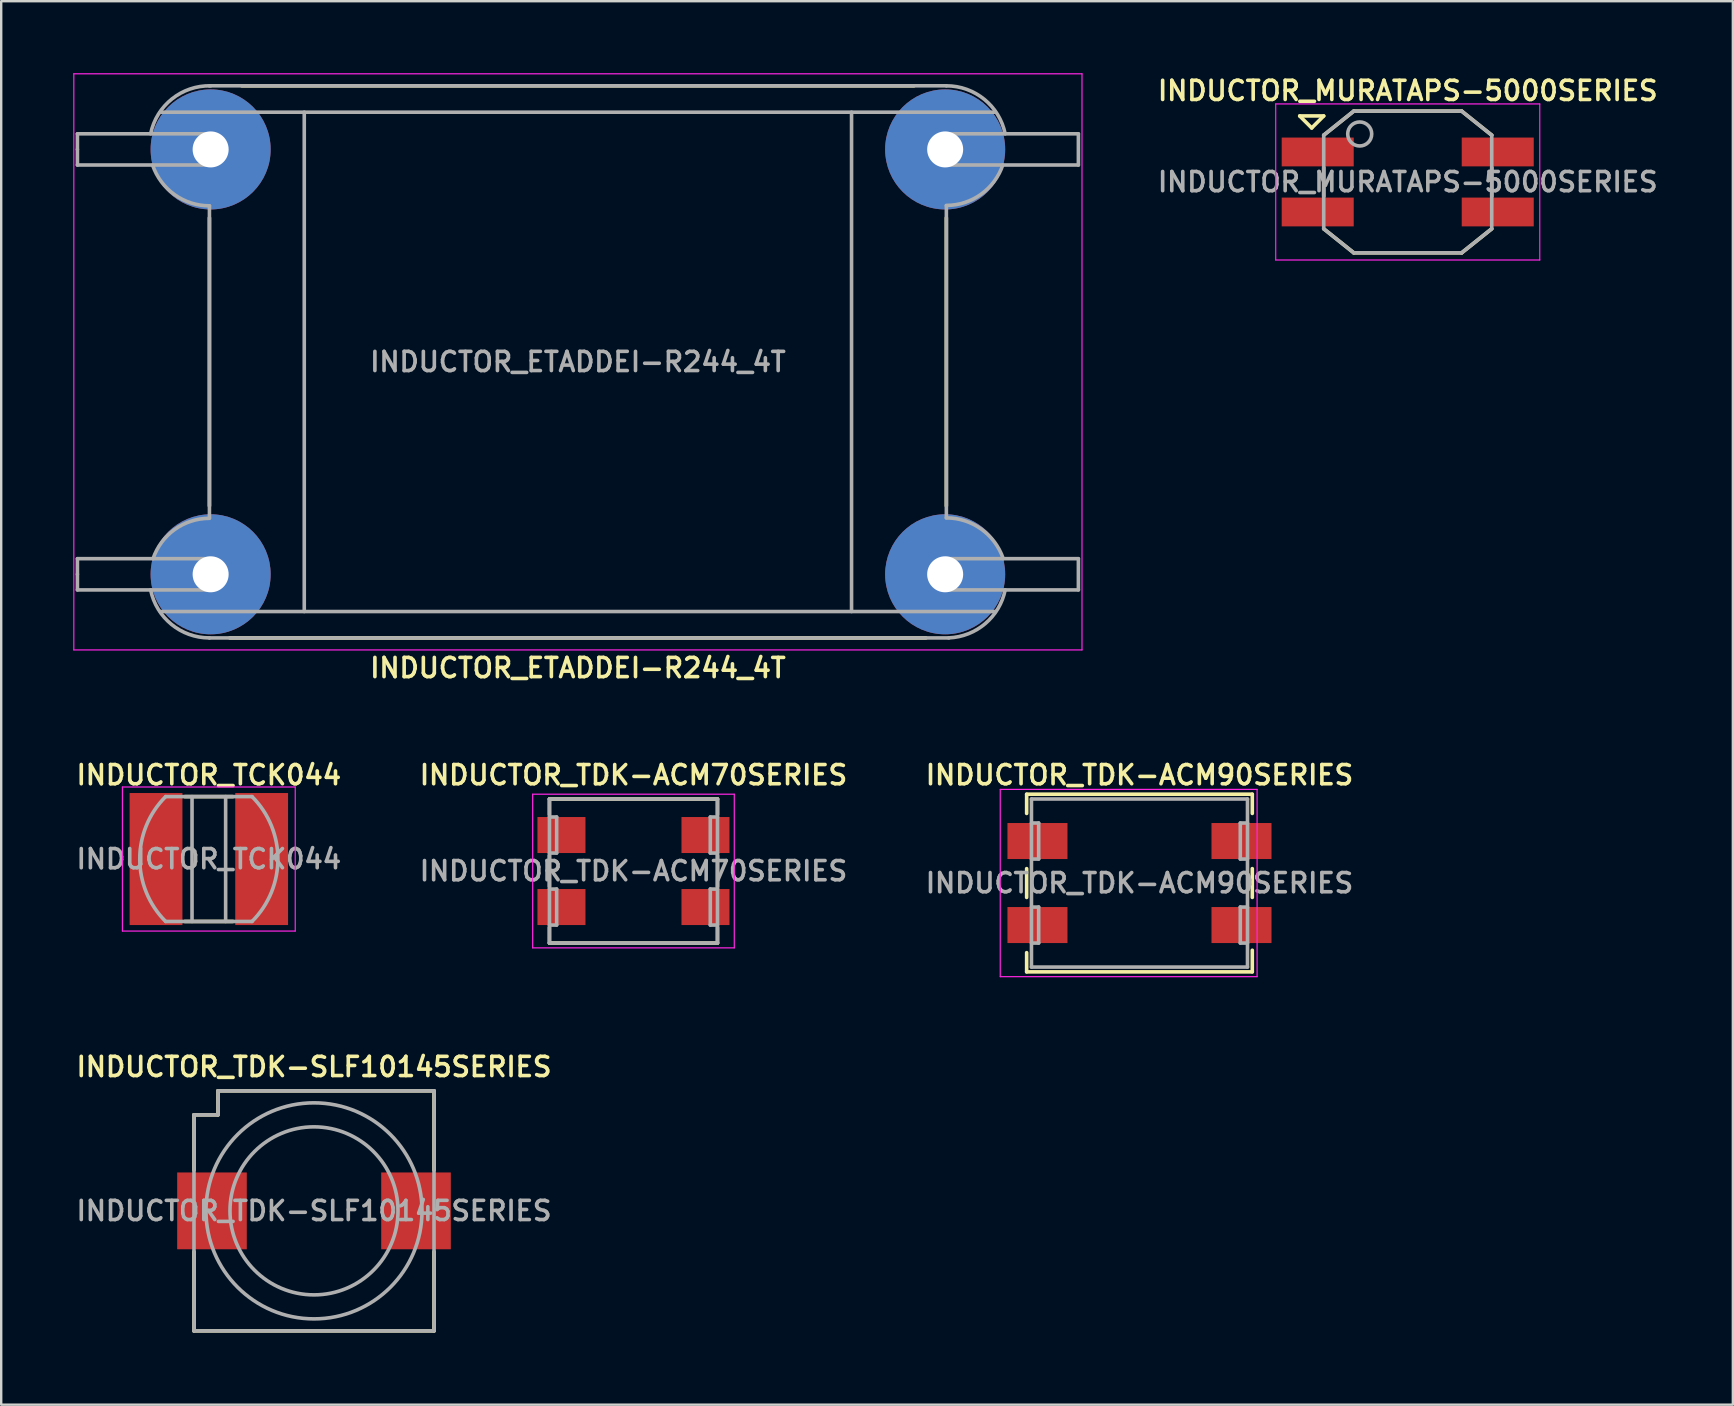
<source format=kicad_pcb>
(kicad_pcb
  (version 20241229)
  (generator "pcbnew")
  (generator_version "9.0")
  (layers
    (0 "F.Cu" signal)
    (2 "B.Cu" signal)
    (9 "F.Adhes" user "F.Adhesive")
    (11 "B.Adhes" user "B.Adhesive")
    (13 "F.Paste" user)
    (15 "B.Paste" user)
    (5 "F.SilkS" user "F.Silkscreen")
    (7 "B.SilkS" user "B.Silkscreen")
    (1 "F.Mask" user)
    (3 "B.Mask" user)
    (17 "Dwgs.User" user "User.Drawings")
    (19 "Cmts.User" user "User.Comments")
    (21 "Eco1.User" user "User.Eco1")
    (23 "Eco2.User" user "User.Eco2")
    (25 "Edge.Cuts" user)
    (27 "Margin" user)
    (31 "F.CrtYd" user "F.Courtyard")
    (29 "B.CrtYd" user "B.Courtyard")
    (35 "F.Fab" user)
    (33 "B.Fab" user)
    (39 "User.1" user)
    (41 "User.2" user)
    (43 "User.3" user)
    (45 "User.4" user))
  (footprint "INDUCTOR_TDK-SLF10145SERIES"
    (layer "F.Cu")
    (at 10.031 47.394)
    (property "Reference" "INDUCTOR_TDK-SLF10145SERIES" (at 0 -6 0) (layer "F.SilkS") (effects (font (size 0.8 0.8) (thickness 0.15))))
    (attr smd)
    (fp_line (start -5 -4) (end -4 -4) (stroke (width 0.15) (type solid)) (layer "F.SilkS"))
    (fp_line (start -5 -1.7) (end -5 -4) (stroke (width 0.15) (type solid)) (layer "F.SilkS"))
    (fp_line (start -5 5) (end -5 1.7) (stroke (width 0.15) (type solid)) (layer "F.SilkS"))
    (fp_line (start -4 -5) (end 5 -5) (stroke (width 0.15) (type solid)) (layer "F.SilkS"))
    (fp_line (start -4 -4) (end -4 -5) (stroke (width 0.15) (type solid)) (layer "F.SilkS"))
    (fp_line (start 5 -5) (end 5 -1.7) (stroke (width 0.15) (type solid)) (layer "F.SilkS"))
    (fp_line (start 5 1.7) (end 5 5) (stroke (width 0.15) (type solid)) (layer "F.SilkS"))
    (fp_line (start 5 5) (end -5 5) (stroke (width 0.15) (type solid)) (layer "F.SilkS"))
    (fp_line (start -5 -4) (end -4 -4) (stroke (width 0.15) (type solid)) (layer "F.Fab"))
    (fp_line (start -5 5) (end -5 -4) (stroke (width 0.15) (type solid)) (layer "F.Fab"))
    (fp_line (start -4 -5) (end 5 -5) (stroke (width 0.15) (type solid)) (layer "F.Fab"))
    (fp_line (start -4 -4) (end -4 -5) (stroke (width 0.15) (type solid)) (layer "F.Fab"))
    (fp_line (start 5 -5) (end 5 5) (stroke (width 0.15) (type solid)) (layer "F.Fab"))
    (fp_line (start 5 5) (end -5 5) (stroke (width 0.15) (type solid)) (layer "F.Fab"))
    (fp_circle (center 0 0) (end -4.5 0) (stroke (width 0.15) (type solid)) (fill no) (layer "F.Fab"))
    (fp_circle (center 0 0) (end 3.5 0) (stroke (width 0.15) (type solid)) (fill no) (layer "F.Fab"))
    (fp_text user "${REFERENCE}" (at 0 0 0) (layer "F.Fab") (effects (font (size 0.8 0.8) (thickness 0.15))))
    (pad "1" smd rect (at -4.25 0) (size 2.9 3.2) (layers "F.Cu" "F.Mask" "F.Paste"))
    (pad "2" smd rect (at 4.25 0) (size 2.9 3.2) (layers "F.Cu" "F.Mask" "F.Paste")))
  (footprint "INDUCTOR_TDK-ACM90SERIES"
    (layer "F.Cu")
    (at 44.42 33.737)
    (property "Reference" "INDUCTOR_TDK-ACM90SERIES" (at 0 -4.5 0) (layer "F.SilkS") (effects (font (size 0.8 0.8) (thickness 0.15))))
    (attr smd)
    (fp_line (start -4.7 -3.7) (end 4.7 -3.7) (stroke (width 0.15) (type solid)) (layer "F.SilkS"))
    (fp_line (start -4.7 -2.9) (end -4.7 -3.7) (stroke (width 0.15) (type solid)) (layer "F.SilkS"))
    (fp_line (start -4.7 -0.6) (end -4.7 0.6) (stroke (width 0.15) (type solid)) (layer "F.SilkS"))
    (fp_line (start -4.7 2.9) (end -4.7 3.7) (stroke (width 0.15) (type solid)) (layer "F.SilkS"))
    (fp_line (start -4.7 3.7) (end 4.7 3.7) (stroke (width 0.15) (type solid)) (layer "F.SilkS"))
    (fp_line (start 4.7 -3.7) (end 4.7 -2.9) (stroke (width 0.15) (type solid)) (layer "F.SilkS"))
    (fp_line (start 4.7 -0.6) (end 4.7 0.6) (stroke (width 0.15) (type solid)) (layer "F.SilkS"))
    (fp_line (start 4.7 3.7) (end 4.7 2.8) (stroke (width 0.15) (type solid)) (layer "F.SilkS"))
    (fp_line (start -5.8 -3.9) (end 4.9 -3.9) (stroke (width 0.05) (type solid)) (layer "F.CrtYd"))
    (fp_line (start -5.8 3.9) (end -5.8 -3.9) (stroke (width 0.05) (type solid)) (layer "F.CrtYd"))
    (fp_line (start 4.9 -3.9) (end 4.9 3.9) (stroke (width 0.05) (type solid)) (layer "F.CrtYd"))
    (fp_line (start 4.9 3.9) (end -5.8 3.9) (stroke (width 0.05) (type solid)) (layer "F.CrtYd"))
    (fp_line (start -4.5 -3.5) (end -4.5 3.5) (stroke (width 0.15) (type solid)) (layer "F.Fab"))
    (fp_line (start -4.5 -2.5) (end -4.2 -2.5) (stroke (width 0.15) (type solid)) (layer "F.Fab"))
    (fp_line (start -4.5 1) (end -4.2 1) (stroke (width 0.15) (type solid)) (layer "F.Fab"))
    (fp_line (start -4.5 3.5) (end 4.5 3.5) (stroke (width 0.15) (type solid)) (layer "F.Fab"))
    (fp_line (start -4.2 -2.5) (end -4.2 -1) (stroke (width 0.15) (type solid)) (layer "F.Fab"))
    (fp_line (start -4.2 -1) (end -4.5 -1) (stroke (width 0.15) (type solid)) (layer "F.Fab"))
    (fp_line (start -4.2 1) (end -4.2 2.5) (stroke (width 0.15) (type solid)) (layer "F.Fab"))
    (fp_line (start -4.2 2.5) (end -4.5 2.5) (stroke (width 0.15) (type solid)) (layer "F.Fab"))
    (fp_line (start 4.2 -2.5) (end 4.2 -1) (stroke (width 0.15) (type solid)) (layer "F.Fab"))
    (fp_line (start 4.2 -1) (end 4.5 -1) (stroke (width 0.15) (type solid)) (layer "F.Fab"))
    (fp_line (start 4.2 1) (end 4.2 2.5) (stroke (width 0.15) (type solid)) (layer "F.Fab"))
    (fp_line (start 4.2 2.5) (end 4.5 2.5) (stroke (width 0.15) (type solid)) (layer "F.Fab"))
    (fp_line (start 4.5 -3.5) (end -4.5 -3.5) (stroke (width 0.15) (type solid)) (layer "F.Fab"))
    (fp_line (start 4.5 -2.5) (end 4.2 -2.5) (stroke (width 0.15) (type solid)) (layer "F.Fab"))
    (fp_line (start 4.5 1) (end 4.2 1) (stroke (width 0.15) (type solid)) (layer "F.Fab"))
    (fp_line (start 4.5 3.5) (end 4.5 -3.5) (stroke (width 0.15) (type solid)) (layer "F.Fab"))
    (fp_text user "${REFERENCE}" (at 0 0 0) (layer "F.Fab") (effects (font (size 0.8 0.8) (thickness 0.15))))
    (pad "1" smd rect (at -4.25 -1.75) (size 2.5 1.5) (layers "F.Cu" "F.Mask" "F.Paste"))
    (pad "2" smd rect (at -4.25 1.75) (size 2.5 1.5) (layers "F.Cu" "F.Mask" "F.Paste"))
    (pad "3" smd rect (at 4.25 1.75) (size 2.5 1.5) (layers "F.Cu" "F.Mask" "F.Paste"))
    (pad "4" smd rect (at 4.25 -1.75) (size 2.5 1.5) (layers "F.Cu" "F.Mask" "F.Paste")))
  (footprint "INDUCTOR_TCK044"
    (layer "F.Cu")
    (at 5.65 32.737)
    (property "Reference" "INDUCTOR_TCK044" (at 0 -3.5 0) (layer "F.SilkS") (effects (font (size 0.8 0.8) (thickness 0.15))))
    (attr through_hole)
    (fp_line (start -1 -2.6) (end 1 -2.6) (stroke (width 0.15) (type solid)) (layer "F.SilkS"))
    (fp_line (start -1 2.6) (end 1 2.6) (stroke (width 0.15) (type solid)) (layer "F.SilkS"))
    (fp_line (start -3.6 -3) (end 3.6 -3) (stroke (width 0.05) (type solid)) (layer "F.CrtYd"))
    (fp_line (start -3.6 3) (end -3.6 -3) (stroke (width 0.05) (type solid)) (layer "F.CrtYd"))
    (fp_line (start 3.6 -3) (end 3.6 3) (stroke (width 0.05) (type solid)) (layer "F.CrtYd"))
    (fp_line (start 3.6 3) (end -3.6 3) (stroke (width 0.05) (type solid)) (layer "F.CrtYd"))
    (fp_line (start -1.8 -2.6) (end 1.8 -2.6) (stroke (width 0.15) (type solid)) (layer "F.Fab"))
    (fp_line (start -1.8 2.6) (end 1.8 2.6) (stroke (width 0.15) (type solid)) (layer "F.Fab"))
    (fp_line (start -0.7 -2.6) (end -0.7 2.6) (stroke (width 0.15) (type solid)) (layer "F.Fab"))
    (fp_line (start 0.7 2.6) (end 0.7 -2.6) (stroke (width 0.15) (type solid)) (layer "F.Fab"))
    (fp_arc (start -1.8 2.6) (mid -2.876955 0) (end -1.8 -2.6) (stroke (width 0.15) (type solid)) (layer "F.Fab"))
    (fp_arc (start 1.8 -2.6) (mid 2.876955 0) (end 1.8 2.6) (stroke (width 0.15) (type solid)) (layer "F.Fab"))
    (fp_text user "${REFERENCE}" (at 0 0 0) (layer "F.Fab") (effects (font (size 0.8 0.8) (thickness 0.15))))
    (pad "1" smd rect (at -2.2 0) (size 2.2 5.5) (layers "F.Cu" "F.Mask" "F.Paste"))
    (pad "2" smd rect (at 2.2 0) (size 2.2 5.5) (layers "F.Cu" "F.Mask" "F.Paste")))
  (footprint "INDUCTOR_ETADDEI-R244_4T"
    (layer "F.Cu")
    (at 21.025 12.025)
    (property "Reference" "INDUCTOR_ETADDEI-R244_4T" (at 0 12.75 0) (layer "F.SilkS") (effects (font (size 0.8 0.8) (thickness 0.15))))
    (attr through_hole)
    (fp_line (start -15.35 6) (end -15.35 -6) (stroke (width 0.15) (type solid)) (layer "F.SilkS"))
    (fp_line (start -14 -11.5) (end 14 -11.5) (stroke (width 0.15) (type solid)) (layer "F.SilkS"))
    (fp_line (start 14.5 11.5) (end -14.5 11.5) (stroke (width 0.15) (type solid)) (layer "F.SilkS"))
    (fp_line (start 15.35 -6) (end 15.35 6) (stroke (width 0.15) (type solid)) (layer "F.SilkS"))
    (fp_line (start -21 -12) (end 21 -12) (stroke (width 0.05) (type solid)) (layer "F.CrtYd"))
    (fp_line (start -21 12) (end -21 -12) (stroke (width 0.05) (type solid)) (layer "F.CrtYd"))
    (fp_line (start 21 -12) (end 21 12) (stroke (width 0.05) (type solid)) (layer "F.CrtYd"))
    (fp_line (start 21 12) (end -21 12) (stroke (width 0.05) (type solid)) (layer "F.CrtYd"))
    (fp_line (start -20.85 -9.5) (end -15.3 -9.5) (stroke (width 0.15) (type solid)) (layer "F.Fab"))
    (fp_line (start -20.85 -8.85) (end -20.85 -9.5) (stroke (width 0.15) (type solid)) (layer "F.Fab"))
    (fp_line (start -20.85 -8.2) (end -20.85 -8.85) (stroke (width 0.15) (type solid)) (layer "F.Fab"))
    (fp_line (start -20.85 8.2) (end -15.3 8.2) (stroke (width 0.15) (type solid)) (layer "F.Fab"))
    (fp_line (start -20.85 8.85) (end -20.85 8.2) (stroke (width 0.15) (type solid)) (layer "F.Fab"))
    (fp_line (start -20.85 9.5) (end -20.85 8.85) (stroke (width 0.15) (type solid)) (layer "F.Fab"))
    (fp_line (start -15.35 -11.5) (end 15.35 -11.5) (stroke (width 0.15) (type solid)) (layer "F.Fab"))
    (fp_line (start -15.35 -6.5) (end -15.35 6.5) (stroke (width 0.15) (type solid)) (layer "F.Fab"))
    (fp_line (start -15.35 11.5) (end 15.45 11.5) (stroke (width 0.15) (type solid)) (layer "F.Fab"))
    (fp_line (start -15.3 -9.5) (end -15.3 -8.2) (stroke (width 0.15) (type solid)) (layer "F.Fab"))
    (fp_line (start -15.3 -8.2) (end -20.85 -8.2) (stroke (width 0.15) (type solid)) (layer "F.Fab"))
    (fp_line (start -15.3 8.2) (end -15.3 9.5) (stroke (width 0.15) (type solid)) (layer "F.Fab"))
    (fp_line (start -15.3 9.5) (end -20.85 9.5) (stroke (width 0.15) (type solid)) (layer "F.Fab"))
    (fp_line (start -11.4 -10.4) (end -11.4 10.4) (stroke (width 0.15) (type solid)) (layer "F.Fab"))
    (fp_line (start 11.4 -10.4) (end 11.4 10.4) (stroke (width 0.15) (type solid)) (layer "F.Fab"))
    (fp_line (start 15.3 -9.5) (end 20.85 -9.5) (stroke (width 0.15) (type solid)) (layer "F.Fab"))
    (fp_line (start 15.3 -8.85) (end 15.3 -9.5) (stroke (width 0.15) (type solid)) (layer "F.Fab"))
    (fp_line (start 15.3 -8.2) (end 15.3 -8.85) (stroke (width 0.15) (type solid)) (layer "F.Fab"))
    (fp_line (start 15.3 8.2) (end 20.85 8.2) (stroke (width 0.15) (type solid)) (layer "F.Fab"))
    (fp_line (start 15.3 8.85) (end 15.3 8.2) (stroke (width 0.15) (type solid)) (layer "F.Fab"))
    (fp_line (start 15.3 9.5) (end 15.3 8.85) (stroke (width 0.15) (type solid)) (layer "F.Fab"))
    (fp_line (start 15.35 6.5) (end 15.35 -6.5) (stroke (width 0.15) (type solid)) (layer "F.Fab"))
    (fp_line (start 17.4 -10.4) (end -17.4 -10.4) (stroke (width 0.15) (type solid)) (layer "F.Fab"))
    (fp_line (start 17.4 10.4) (end -17.4 10.4) (stroke (width 0.15) (type solid)) (layer "F.Fab"))
    (fp_line (start 20.85 -9.5) (end 20.85 -8.2) (stroke (width 0.15) (type solid)) (layer "F.Fab"))
    (fp_line (start 20.85 -8.2) (end 15.3 -8.2) (stroke (width 0.15) (type solid)) (layer "F.Fab"))
    (fp_line (start 20.85 8.2) (end 20.85 9.5) (stroke (width 0.15) (type solid)) (layer "F.Fab"))
    (fp_line (start 20.85 9.5) (end 15.3 9.5) (stroke (width 0.15) (type solid)) (layer "F.Fab"))
    (fp_arc (start -17.8 -9.5) (mid -16.91205 -10.952562) (end -15.3 -11.5) (stroke (width 0.15) (type solid)) (layer "F.Fab"))
    (fp_arc (start -17.7 8.2) (mid -16.795086 6.981529) (end -15.35 6.517562) (stroke (width 0.15) (type solid)) (layer "F.Fab"))
    (fp_arc (start -15.35 -6.5) (mid -16.80531 -6.96725) (end -17.716625 -8.194341) (stroke (width 0.15) (type solid)) (layer "F.Fab"))
    (fp_arc (start -15.35 11.5) (mid -16.931178 10.936459) (end -17.79951 9.4999) (stroke (width 0.15) (type solid)) (layer "F.Fab"))
    (fp_arc (start 15.35 -11.5) (mid 16.931178 -10.936459) (end 17.79951 -9.4999) (stroke (width 0.15) (type solid)) (layer "F.Fab"))
    (fp_arc (start 15.35 6.5) (mid 16.80531 6.96725) (end 17.716625 8.194341) (stroke (width 0.15) (type solid)) (layer "F.Fab"))
    (fp_arc (start 17.7 -8.2) (mid 16.795086 -6.981529) (end 15.35 -6.517562) (stroke (width 0.15) (type solid)) (layer "F.Fab"))
    (fp_arc (start 17.8 9.5) (mid 16.969892 10.904849) (end 15.44994 11.498502) (stroke (width 0.15) (type solid)) (layer "F.Fab"))
    (fp_text user "${REFERENCE}" (at 0 0 0) (layer "F.Fab") (effects (font (size 0.8 0.8) (thickness 0.15))))
    (pad "1" thru_hole circle (at -15.3 -8.85) (size 5 5) (drill 1.5) (layers "*.Cu" "*.Mask"))
    (pad "1" thru_hole circle (at -15.3 8.85) (size 5 5) (drill 1.5) (layers "*.Cu" "*.Mask"))
    (pad "2" thru_hole circle (at 15.3 -8.85) (size 5 5) (drill 1.5) (layers "*.Cu" "*.Mask"))
    (pad "2" thru_hole circle (at 15.3 8.85) (size 5 5) (drill 1.5) (layers "*.Cu" "*.Mask")))
  (footprint "INDUCTOR_MURATAPS-5000SERIES"
    (layer "F.Cu")
    (at 55.595 4.531)
    (property "Reference" "INDUCTOR_MURATAPS-5000SERIES" (at 0 -3.8 0) (layer "F.SilkS") (effects (font (size 0.8 0.8) (thickness 0.15))))
    (attr smd)
    (fp_line (start -4.5 -2.75) (end -3.5 -2.75) (stroke (width 0.15) (type solid)) (layer "F.SilkS"))
    (fp_line (start -4 -2.25) (end -4.5 -2.75) (stroke (width 0.15) (type solid)) (layer "F.SilkS"))
    (fp_line (start -3.5 -2.75) (end -4 -2.25) (stroke (width 0.15) (type solid)) (layer "F.SilkS"))
    (fp_line (start -3.5 -1.95) (end -2.25 -2.95) (stroke (width 0.15) (type solid)) (layer "F.SilkS"))
    (fp_line (start -3.5 -0.6) (end -3.5 0.6) (stroke (width 0.15) (type solid)) (layer "F.SilkS"))
    (fp_line (start -3.5 1.95) (end -2.25 2.95) (stroke (width 0.15) (type solid)) (layer "F.SilkS"))
    (fp_line (start -2.25 -2.95) (end 2.25 -2.95) (stroke (width 0.15) (type solid)) (layer "F.SilkS"))
    (fp_line (start -2.25 2.95) (end 2.25 2.95) (stroke (width 0.15) (type solid)) (layer "F.SilkS"))
    (fp_line (start 2.25 -2.95) (end 3.5 -1.95) (stroke (width 0.15) (type solid)) (layer "F.SilkS"))
    (fp_line (start 2.25 2.95) (end 3.5 1.95) (stroke (width 0.15) (type solid)) (layer "F.SilkS"))
    (fp_line (start 3.5 -0.6) (end 3.5 0.6) (stroke (width 0.15) (type solid)) (layer "F.SilkS"))
    (fp_line (start -5.5 -3.25) (end 5.5 -3.25) (stroke (width 0.05) (type solid)) (layer "F.CrtYd"))
    (fp_line (start -5.5 3.25) (end -5.5 -3.25) (stroke (width 0.05) (type solid)) (layer "F.CrtYd"))
    (fp_line (start 5.5 -3.25) (end 5.5 3.25) (stroke (width 0.05) (type solid)) (layer "F.CrtYd"))
    (fp_line (start 5.5 3.25) (end -5.5 3.25) (stroke (width 0.05) (type solid)) (layer "F.CrtYd"))
    (fp_line (start -3.5 -1.95) (end -3.5 1.95) (stroke (width 0.15) (type solid)) (layer "F.Fab"))
    (fp_line (start -3.5 -1.95) (end -2.25 -2.95) (stroke (width 0.15) (type solid)) (layer "F.Fab"))
    (fp_line (start -3.5 1.95) (end -2.25 2.95) (stroke (width 0.15) (type solid)) (layer "F.Fab"))
    (fp_line (start -2.25 2.95) (end 2.25 2.95) (stroke (width 0.15) (type solid)) (layer "F.Fab"))
    (fp_line (start 2.25 -2.95) (end -2.25 -2.95) (stroke (width 0.15) (type solid)) (layer "F.Fab"))
    (fp_line (start 2.25 -2.95) (end 3.5 -1.95) (stroke (width 0.15) (type solid)) (layer "F.Fab"))
    (fp_line (start 3.5 1.95) (end 2.25 2.95) (stroke (width 0.15) (type solid)) (layer "F.Fab"))
    (fp_line (start 3.5 1.95) (end 3.5 -1.95) (stroke (width 0.15) (type solid)) (layer "F.Fab"))
    (fp_circle (center -2 -2) (end -1.5 -2) (stroke (width 0.15) (type solid)) (fill no) (layer "F.Fab"))
    (fp_text user "${REFERENCE}" (at 0 0 0) (layer "F.Fab") (effects (font (size 0.8 0.8) (thickness 0.15))))
    (pad "1" smd rect (at -3.75 -1.25) (size 3 1.2) (layers "F.Cu" "F.Mask" "F.Paste"))
    (pad "2" smd rect (at -3.75 1.25) (size 3 1.2) (layers "F.Cu" "F.Mask" "F.Paste"))
    (pad "3" smd rect (at 3.75 1.25) (size 3 1.2) (layers "F.Cu" "F.Mask" "F.Paste"))
    (pad "4" smd rect (at 3.75 -1.25) (size 3 1.2) (layers "F.Cu" "F.Mask" "F.Paste")))
  (footprint "INDUCTOR_TDK-ACM70SERIES"
    (layer "F.Cu")
    (at 23.34 33.237)
    (property "Reference" "INDUCTOR_TDK-ACM70SERIES" (at 0 -4 0) (layer "F.SilkS") (effects (font (size 0.8 0.8) (thickness 0.15))))
    (attr smd)
    (fp_line (start -3.5 -3) (end 3.5 -3) (stroke (width 0.15) (type solid)) (layer "F.SilkS"))
    (fp_line (start -3.5 -2.35) (end -3.5 -3) (stroke (width 0.15) (type solid)) (layer "F.SilkS"))
    (fp_line (start -3.5 -0.65) (end -3.5 0.65) (stroke (width 0.15) (type solid)) (layer "F.SilkS"))
    (fp_line (start -3.5 2.35) (end -3.5 3) (stroke (width 0.15) (type solid)) (layer "F.SilkS"))
    (fp_line (start -3.5 3) (end 3.5 3) (stroke (width 0.15) (type solid)) (layer "F.SilkS"))
    (fp_line (start 3.5 -3) (end 3.5 -2.35) (stroke (width 0.15) (type solid)) (layer "F.SilkS"))
    (fp_line (start 3.5 -0.65) (end 3.5 0.65) (stroke (width 0.15) (type solid)) (layer "F.SilkS"))
    (fp_line (start 3.5 3) (end 3.5 2.35) (stroke (width 0.15) (type solid)) (layer "F.SilkS"))
    (fp_line (start -4.2 -3.2) (end 4.2 -3.2) (stroke (width 0.05) (type solid)) (layer "F.CrtYd"))
    (fp_line (start -4.2 3.2) (end -4.2 -3.2) (stroke (width 0.05) (type solid)) (layer "F.CrtYd"))
    (fp_line (start 4.2 -3.2) (end 4.2 3.2) (stroke (width 0.05) (type solid)) (layer "F.CrtYd"))
    (fp_line (start 4.2 3.2) (end -4.2 3.2) (stroke (width 0.05) (type solid)) (layer "F.CrtYd"))
    (fp_line (start -3.5 -3) (end -3.5 3) (stroke (width 0.15) (type solid)) (layer "F.Fab"))
    (fp_line (start -3.5 -2.25) (end -3.2 -2.25) (stroke (width 0.15) (type solid)) (layer "F.Fab"))
    (fp_line (start -3.5 0.75) (end -3.2 0.75) (stroke (width 0.15) (type solid)) (layer "F.Fab"))
    (fp_line (start -3.5 3) (end 3.5 3) (stroke (width 0.15) (type solid)) (layer "F.Fab"))
    (fp_line (start -3.2 -2.25) (end -3.2 -0.75) (stroke (width 0.15) (type solid)) (layer "F.Fab"))
    (fp_line (start -3.2 -0.75) (end -3.5 -0.75) (stroke (width 0.15) (type solid)) (layer "F.Fab"))
    (fp_line (start -3.2 0.75) (end -3.2 2.25) (stroke (width 0.15) (type solid)) (layer "F.Fab"))
    (fp_line (start -3.2 2.25) (end -3.5 2.25) (stroke (width 0.15) (type solid)) (layer "F.Fab"))
    (fp_line (start 3.2 -2.25) (end 3.2 -0.75) (stroke (width 0.15) (type solid)) (layer "F.Fab"))
    (fp_line (start 3.2 -0.75) (end 3.5 -0.75) (stroke (width 0.15) (type solid)) (layer "F.Fab"))
    (fp_line (start 3.2 0.75) (end 3.2 2.25) (stroke (width 0.15) (type solid)) (layer "F.Fab"))
    (fp_line (start 3.2 2.25) (end 3.5 2.25) (stroke (width 0.15) (type solid)) (layer "F.Fab"))
    (fp_line (start 3.5 -3) (end -3.5 -3) (stroke (width 0.15) (type solid)) (layer "F.Fab"))
    (fp_line (start 3.5 -2.25) (end 3.2 -2.25) (stroke (width 0.15) (type solid)) (layer "F.Fab"))
    (fp_line (start 3.5 0.75) (end 3.2 0.75) (stroke (width 0.15) (type solid)) (layer "F.Fab"))
    (fp_line (start 3.5 3) (end 3.5 -3) (stroke (width 0.15) (type solid)) (layer "F.Fab"))
    (fp_text user "${REFERENCE}" (at 0 0 0) (layer "F.Fab") (effects (font (size 0.8 0.8) (thickness 0.15))))
    (pad "1" smd rect (at -3 -1.5) (size 2 1.5) (layers "F.Cu" "F.Mask" "F.Paste"))
    (pad "2" smd rect (at -3 1.5) (size 2 1.5) (layers "F.Cu" "F.Mask" "F.Paste"))
    (pad "3" smd rect (at 3 1.5) (size 2 1.5) (layers "F.Cu" "F.Mask" "F.Paste"))
    (pad "4" smd rect (at 3 -1.5) (size 2 1.5) (layers "F.Cu" "F.Mask" "F.Paste")))
  (gr_rect
    (start -3 -3)
    (end 69.14 55.469)
    (stroke (width 0.1) (type default))
    (fill no)
    (layer "Edge.Cuts")))
</source>
